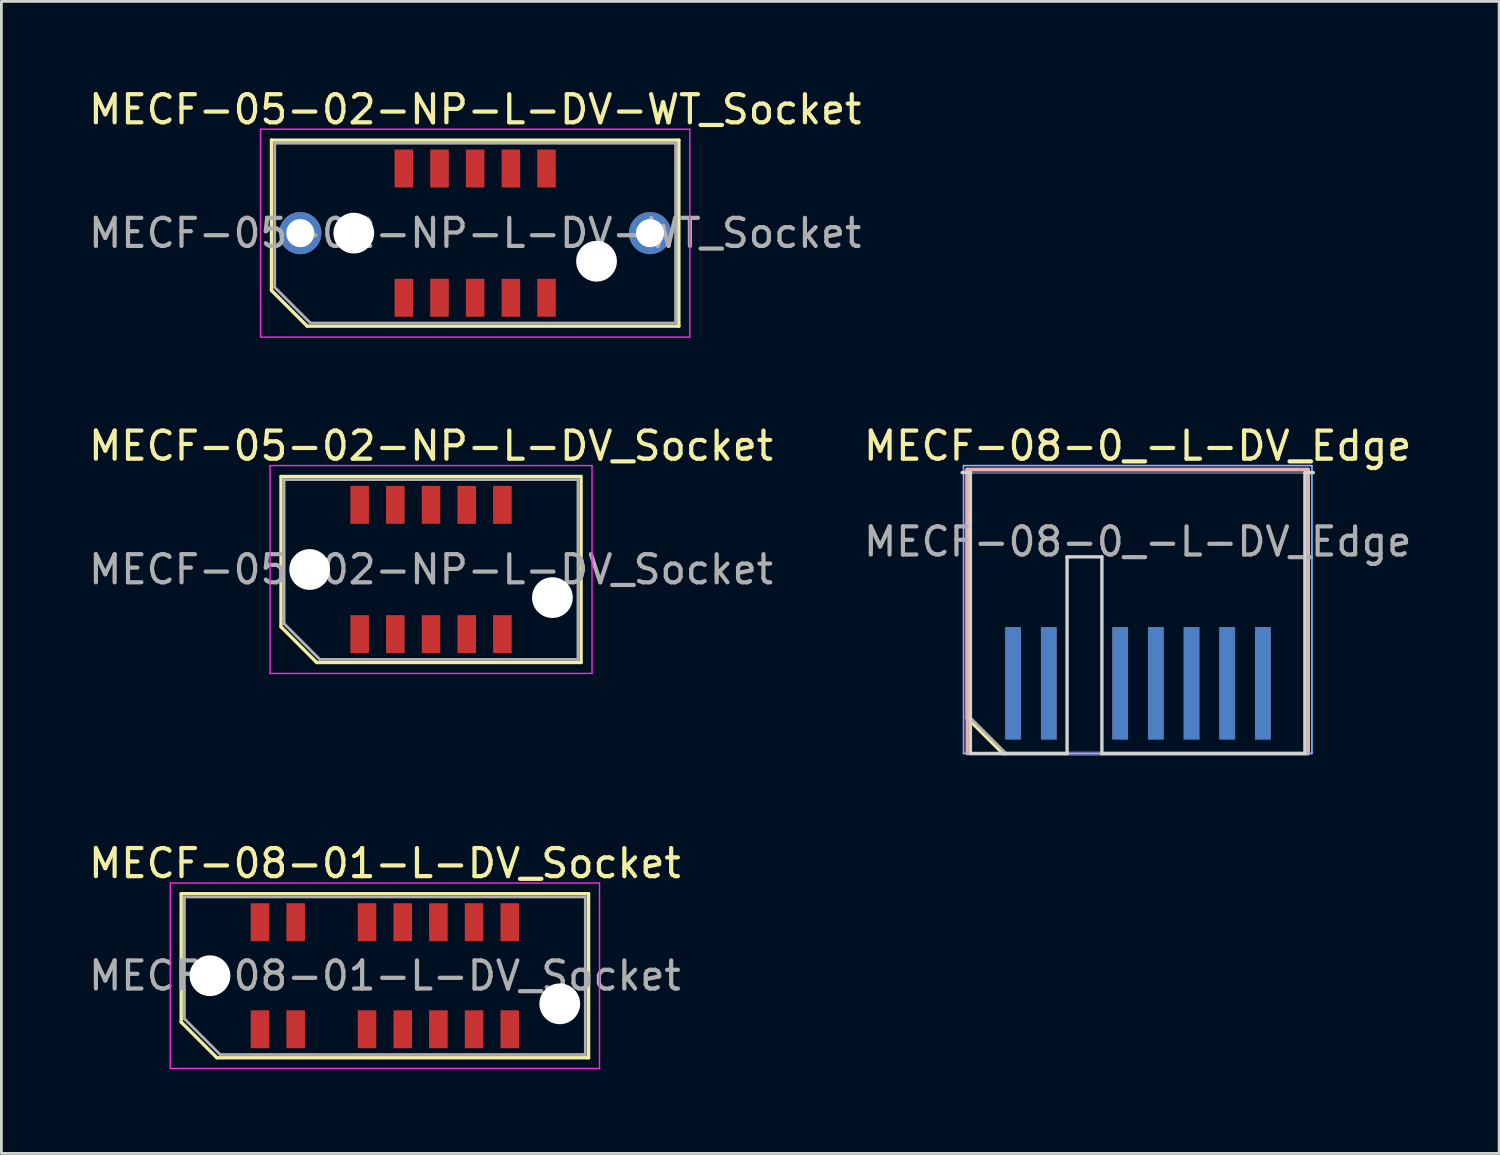
<source format=kicad_pcb>
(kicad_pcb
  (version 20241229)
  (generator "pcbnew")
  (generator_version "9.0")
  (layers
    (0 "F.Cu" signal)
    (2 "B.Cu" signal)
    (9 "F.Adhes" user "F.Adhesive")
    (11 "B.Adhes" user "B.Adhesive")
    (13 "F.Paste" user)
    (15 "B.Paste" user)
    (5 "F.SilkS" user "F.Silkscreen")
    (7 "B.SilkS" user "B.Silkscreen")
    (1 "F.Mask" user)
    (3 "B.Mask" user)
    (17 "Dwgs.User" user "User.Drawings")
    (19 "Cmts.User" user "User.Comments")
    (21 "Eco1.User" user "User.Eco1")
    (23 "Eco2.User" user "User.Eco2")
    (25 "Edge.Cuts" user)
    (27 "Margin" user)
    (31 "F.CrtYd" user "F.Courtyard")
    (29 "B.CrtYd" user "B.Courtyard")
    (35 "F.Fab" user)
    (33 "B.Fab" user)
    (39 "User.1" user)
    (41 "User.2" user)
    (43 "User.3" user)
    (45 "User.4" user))
  (footprint "MECF-08-0_-L-DV_Edge"
    (layer "F.Cu")
    (at 37.446 18.771)
    (property "Reference" "MECF-08-0_-L-DV_Edge" (at 0 -5.95 0) (layer "F.SilkS") (effects (font (size 1 1) (thickness 0.15))))
    (attr exclude_from_pos_files exclude_from_bom)
    (fp_line (start -6.07 -5.11) (end 6.07 -5.11) (stroke (width 0.12) (type solid)) (layer "F.SilkS"))
    (fp_line (start -6.07 3.73) (end -6.07 -5.11) (stroke (width 0.12) (type solid)) (layer "F.SilkS"))
    (fp_line (start -4.8 5) (end -6.07 3.73) (stroke (width 0.12) (type solid)) (layer "F.SilkS"))
    (fp_line (start -4.8 5) (end 6.07 5) (stroke (width 0.12) (type solid)) (layer "F.SilkS"))
    (fp_line (start 6.07 5) (end 6.07 -5.11) (stroke (width 0.12) (type solid)) (layer "F.SilkS"))
    (fp_line (start -6.07 -5.11) (end 6.07 -5.11) (stroke (width 0.12) (type solid)) (layer "B.SilkS"))
    (fp_line (start -6.07 5) (end -6.07 -5.11) (stroke (width 0.12) (type solid)) (layer "B.SilkS"))
    (fp_line (start -6.07 5) (end 6.07 5) (stroke (width 0.12) (type solid)) (layer "B.SilkS"))
    (fp_line (start 6.07 5) (end 6.07 -5.11) (stroke (width 0.12) (type solid)) (layer "B.SilkS"))
    (fp_line (start -6.25 -5) (end -5.955 -5) (stroke (width 0.12) (type solid)) (layer "Edge.Cuts"))
    (fp_line (start -5.955 5) (end -5.955 -5) (stroke (width 0.12) (type solid)) (layer "Edge.Cuts"))
    (fp_line (start -5.955 5) (end -2.515 5) (stroke (width 0.12) (type solid)) (layer "Edge.Cuts"))
    (fp_line (start -2.515 -2) (end -1.275 -2) (stroke (width 0.12) (type solid)) (layer "Edge.Cuts"))
    (fp_line (start -2.515 5) (end -2.515 -2) (stroke (width 0.12) (type solid)) (layer "Edge.Cuts"))
    (fp_line (start -1.275 5) (end -1.275 -2) (stroke (width 0.12) (type solid)) (layer "Edge.Cuts"))
    (fp_line (start -1.275 5) (end 5.955 5) (stroke (width 0.12) (type solid)) (layer "Edge.Cuts"))
    (fp_line (start 5.955 5) (end 5.955 -5) (stroke (width 0.12) (type solid)) (layer "Edge.Cuts"))
    (fp_line (start 6.25 -5) (end 5.955 -5) (stroke (width 0.12) (type solid)) (layer "Edge.Cuts"))
    (fp_line (start -6.2 -5.25) (end -6.2 5) (stroke (width 0.05) (type solid)) (layer "B.CrtYd"))
    (fp_line (start -6.2 5) (end 6.2 5) (stroke (width 0.05) (type solid)) (layer "B.CrtYd"))
    (fp_line (start 6.2 -5.25) (end -6.2 -5.25) (stroke (width 0.05) (type solid)) (layer "B.CrtYd"))
    (fp_line (start 6.2 5) (end 6.2 -5.25) (stroke (width 0.05) (type solid)) (layer "B.CrtYd"))
    (fp_line (start -6.2 -5.25) (end -6.2 5) (stroke (width 0.05) (type solid)) (layer "F.CrtYd"))
    (fp_line (start -6.2 5) (end 6.2 5) (stroke (width 0.05) (type solid)) (layer "F.CrtYd"))
    (fp_line (start 6.2 -5.25) (end -6.2 -5.25) (stroke (width 0.05) (type solid)) (layer "F.CrtYd"))
    (fp_line (start 6.2 5) (end 6.2 -5.25) (stroke (width 0.05) (type solid)) (layer "F.CrtYd"))
    (fp_line (start -5.955 -5) (end 5.955 -5) (stroke (width 0.1) (type solid)) (layer "B.Fab"))
    (fp_line (start -5.955 5) (end -5.955 -5) (stroke (width 0.1) (type solid)) (layer "B.Fab"))
    (fp_line (start -5.955 5) (end 5.955 5) (stroke (width 0.1) (type solid)) (layer "B.Fab"))
    (fp_line (start 5.955 5) (end 5.955 -5) (stroke (width 0.1) (type solid)) (layer "B.Fab"))
    (fp_line (start -5.955 -5) (end 5.955 -5) (stroke (width 0.1) (type solid)) (layer "F.Fab"))
    (fp_line (start -5.955 3.73) (end -5.955 -5) (stroke (width 0.1) (type solid)) (layer "F.Fab"))
    (fp_line (start -5.955 3.73) (end -4.685 5) (stroke (width 0.1) (type solid)) (layer "F.Fab"))
    (fp_line (start -4.685 5) (end 5.955 5) (stroke (width 0.1) (type solid)) (layer "F.Fab"))
    (fp_line (start 5.955 5) (end 5.955 -5) (stroke (width 0.1) (type solid)) (layer "F.Fab"))
    (fp_text user "${REFERENCE}" (at 0 -2.54 0) (layer "F.Fab") (effects (font (size 1 1) (thickness 0.15))))
    (pad "1" smd rect (at -4.435 2.5) (size 0.56 4) (layers "F.Cu" "F.Mask" "F.Paste"))
    (pad "2" smd rect (at -4.435 2.5) (size 0.56 4) (layers "B.Cu" "B.Mask" "B.Paste"))
    (pad "3" smd rect (at -3.165 2.5) (size 0.56 4) (layers "F.Cu" "F.Mask" "F.Paste"))
    (pad "4" smd rect (at -3.165 2.5) (size 0.56 4) (layers "B.Cu" "B.Mask" "B.Paste"))
    (pad "7" smd rect (at -0.625 2.5) (size 0.56 4) (layers "F.Cu" "F.Mask" "F.Paste"))
    (pad "8" smd rect (at -0.625 2.5) (size 0.56 4) (layers "B.Cu" "B.Mask" "B.Paste"))
    (pad "9" smd rect (at 0.645 2.5) (size 0.56 4) (layers "F.Cu" "F.Mask" "F.Paste"))
    (pad "10" smd rect (at 0.645 2.5) (size 0.56 4) (layers "B.Cu" "B.Mask" "B.Paste"))
    (pad "11" smd rect (at 1.915 2.5) (size 0.56 4) (layers "F.Cu" "F.Mask" "F.Paste"))
    (pad "12" smd rect (at 1.915 2.5) (size 0.56 4) (layers "B.Cu" "B.Mask" "B.Paste"))
    (pad "13" smd rect (at 3.185 2.5) (size 0.56 4) (layers "F.Cu" "F.Mask" "F.Paste"))
    (pad "14" smd rect (at 3.185 2.5) (size 0.56 4) (layers "B.Cu" "B.Mask" "B.Paste"))
    (pad "15" smd rect (at 4.455 2.5) (size 0.56 4) (layers "F.Cu" "F.Mask" "F.Paste"))
    (pad "16" smd rect (at 4.455 2.5) (size 0.56 4) (layers "B.Cu" "B.Mask" "B.Paste")))
  (footprint "MECF-05-02-NP-L-DV_Socket"
    (layer "F.Cu")
    (at 12.292 17.221)
    (property "Reference" "MECF-05-02-NP-L-DV_Socket" (at 0 -4.4 0) (layer "F.SilkS") (effects (font (size 1 1) (thickness 0.15))))
    (attr smd)
    (fp_line (start -5.34 -3.31) (end 5.34 -3.31) (stroke (width 0.12) (type solid)) (layer "F.SilkS"))
    (fp_line (start -5.34 2.04) (end -5.34 -3.31) (stroke (width 0.12) (type solid)) (layer "F.SilkS"))
    (fp_line (start -4.07 3.31) (end -5.34 2.04) (stroke (width 0.12) (type solid)) (layer "F.SilkS"))
    (fp_line (start -4.07 3.31) (end 5.34 3.31) (stroke (width 0.12) (type solid)) (layer "F.SilkS"))
    (fp_line (start 5.34 3.31) (end 5.34 -3.31) (stroke (width 0.12) (type solid)) (layer "F.SilkS"))
    (fp_line (start -5.73 -3.7) (end -5.73 3.7) (stroke (width 0.05) (type solid)) (layer "F.CrtYd"))
    (fp_line (start -5.73 3.7) (end 5.73 3.7) (stroke (width 0.05) (type solid)) (layer "F.CrtYd"))
    (fp_line (start 5.73 -3.7) (end -5.73 -3.7) (stroke (width 0.05) (type solid)) (layer "F.CrtYd"))
    (fp_line (start 5.73 3.7) (end 5.73 -3.7) (stroke (width 0.05) (type solid)) (layer "F.CrtYd"))
    (fp_line (start -5.23 -3.2) (end 5.23 -3.2) (stroke (width 0.1) (type solid)) (layer "F.Fab"))
    (fp_line (start -5.23 1.93) (end -5.23 -3.2) (stroke (width 0.1) (type solid)) (layer "F.Fab"))
    (fp_line (start -5.23 1.93) (end -3.96 3.2) (stroke (width 0.1) (type solid)) (layer "F.Fab"))
    (fp_line (start -3.96 3.2) (end 5.23 3.2) (stroke (width 0.1) (type solid)) (layer "F.Fab"))
    (fp_line (start 5.23 3.2) (end 5.23 -3.2) (stroke (width 0.1) (type solid)) (layer "F.Fab"))
    (fp_text user "${REFERENCE}" (at 0 0 0) (layer "F.Fab") (effects (font (size 1 1) (thickness 0.15))))
    (pad "" np_thru_hole circle (at -4.32 0) (size 1.45 1.45) (drill 1.45) (layers "*.Cu" "*.Mask"))
    (pad "" np_thru_hole circle (at 4.32 1) (size 1.45 1.45) (drill 1.45) (layers "*.Cu" "*.Mask"))
    (pad "1" smd rect (at -2.54 2.3) (size 0.66 1.35) (layers "F.Cu" "F.Mask" "F.Paste"))
    (pad "2" smd rect (at -2.54 -2.3) (size 0.66 1.35) (layers "F.Cu" "F.Mask" "F.Paste"))
    (pad "3" smd rect (at -1.27 2.3) (size 0.66 1.35) (layers "F.Cu" "F.Mask" "F.Paste"))
    (pad "4" smd rect (at -1.27 -2.3) (size 0.66 1.35) (layers "F.Cu" "F.Mask" "F.Paste"))
    (pad "5" smd rect (at 0 2.3) (size 0.66 1.35) (layers "F.Cu" "F.Mask" "F.Paste"))
    (pad "6" smd rect (at 0 -2.3) (size 0.66 1.35) (layers "F.Cu" "F.Mask" "F.Paste"))
    (pad "7" smd rect (at 1.27 2.3) (size 0.66 1.35) (layers "F.Cu" "F.Mask" "F.Paste"))
    (pad "8" smd rect (at 1.27 -2.3) (size 0.66 1.35) (layers "F.Cu" "F.Mask" "F.Paste"))
    (pad "9" smd rect (at 2.54 2.3) (size 0.66 1.35) (layers "F.Cu" "F.Mask" "F.Paste"))
    (pad "10" smd rect (at 2.54 -2.3) (size 0.66 1.35) (layers "F.Cu" "F.Mask" "F.Paste")))
  (footprint "MECF-08-01-L-DV_Socket"
    (layer "F.Cu")
    (at 10.649 31.68)
    (property "Reference" "MECF-08-01-L-DV_Socket" (at 0 -4 0) (layer "F.SilkS") (effects (font (size 1 1) (thickness 0.15))))
    (attr smd)
    (fp_line (start -7.25 -2.92) (end 7.25 -2.92) (stroke (width 0.12) (type solid)) (layer "F.SilkS"))
    (fp_line (start -7.25 1.65) (end -7.25 -2.92) (stroke (width 0.12) (type solid)) (layer "F.SilkS"))
    (fp_line (start -5.98 2.92) (end -7.25 1.65) (stroke (width 0.12) (type solid)) (layer "F.SilkS"))
    (fp_line (start -5.98 2.92) (end 7.25 2.92) (stroke (width 0.12) (type solid)) (layer "F.SilkS"))
    (fp_line (start 7.25 2.92) (end 7.25 -2.92) (stroke (width 0.12) (type solid)) (layer "F.SilkS"))
    (fp_line (start -7.64 -3.3) (end -7.64 3.3) (stroke (width 0.05) (type solid)) (layer "F.CrtYd"))
    (fp_line (start -7.64 3.3) (end 7.64 3.3) (stroke (width 0.05) (type solid)) (layer "F.CrtYd"))
    (fp_line (start 7.64 -3.3) (end -7.64 -3.3) (stroke (width 0.05) (type solid)) (layer "F.CrtYd"))
    (fp_line (start 7.64 3.3) (end 7.64 -3.3) (stroke (width 0.05) (type solid)) (layer "F.CrtYd"))
    (fp_line (start -7.135 -2.805) (end 7.135 -2.805) (stroke (width 0.1) (type solid)) (layer "F.Fab"))
    (fp_line (start -7.135 1.535) (end -7.135 -2.805) (stroke (width 0.1) (type solid)) (layer "F.Fab"))
    (fp_line (start -7.135 1.535) (end -5.865 2.805) (stroke (width 0.1) (type solid)) (layer "F.Fab"))
    (fp_line (start -5.865 2.805) (end 7.135 2.805) (stroke (width 0.1) (type solid)) (layer "F.Fab"))
    (fp_line (start 7.135 2.805) (end 7.135 -2.805) (stroke (width 0.1) (type solid)) (layer "F.Fab"))
    (fp_text user "${REFERENCE}" (at 0 0 0) (layer "F.Fab") (effects (font (size 1 1) (thickness 0.15))))
    (pad "" np_thru_hole circle (at -6.225 0) (size 1.45 1.45) (drill 1.45) (layers "*.Cu" "*.Mask"))
    (pad "" np_thru_hole circle (at 6.225 1) (size 1.45 1.45) (drill 1.45) (layers "*.Cu" "*.Mask"))
    (pad "1" smd rect (at -4.445 1.905) (size 0.66 1.35) (layers "F.Cu" "F.Mask" "F.Paste"))
    (pad "2" smd rect (at -4.445 -1.905) (size 0.66 1.35) (layers "F.Cu" "F.Mask" "F.Paste"))
    (pad "3" smd rect (at -3.175 1.905) (size 0.66 1.35) (layers "F.Cu" "F.Mask" "F.Paste"))
    (pad "4" smd rect (at -3.175 -1.905) (size 0.66 1.35) (layers "F.Cu" "F.Mask" "F.Paste"))
    (pad "7" smd rect (at -0.635 1.905) (size 0.66 1.35) (layers "F.Cu" "F.Mask" "F.Paste"))
    (pad "8" smd rect (at -0.635 -1.905) (size 0.66 1.35) (layers "F.Cu" "F.Mask" "F.Paste"))
    (pad "9" smd rect (at 0.635 1.905) (size 0.66 1.35) (layers "F.Cu" "F.Mask" "F.Paste"))
    (pad "10" smd rect (at 0.635 -1.905) (size 0.66 1.35) (layers "F.Cu" "F.Mask" "F.Paste"))
    (pad "11" smd rect (at 1.905 1.905) (size 0.66 1.35) (layers "F.Cu" "F.Mask" "F.Paste"))
    (pad "12" smd rect (at 1.905 -1.905) (size 0.66 1.35) (layers "F.Cu" "F.Mask" "F.Paste"))
    (pad "13" smd rect (at 3.175 1.905) (size 0.66 1.35) (layers "F.Cu" "F.Mask" "F.Paste"))
    (pad "14" smd rect (at 3.175 -1.905) (size 0.66 1.35) (layers "F.Cu" "F.Mask" "F.Paste"))
    (pad "15" smd rect (at 4.445 1.905) (size 0.66 1.35) (layers "F.Cu" "F.Mask" "F.Paste"))
    (pad "16" smd rect (at 4.445 -1.905) (size 0.66 1.35) (layers "F.Cu" "F.Mask" "F.Paste")))
  (footprint "MECF-05-02-NP-L-DV-WT_Socket"
    (layer "F.Cu")
    (at 13.863 5.248)
    (property "Reference" "MECF-05-02-NP-L-DV-WT_Socket" (at 0 -4.4 0) (layer "F.SilkS") (effects (font (size 1 1) (thickness 0.15))))
    (attr smd)
    (fp_line (start -7.25 -3.31) (end 7.25 -3.31) (stroke (width 0.12) (type solid)) (layer "F.SilkS"))
    (fp_line (start -7.25 2.04) (end -7.25 -3.31) (stroke (width 0.12) (type solid)) (layer "F.SilkS"))
    (fp_line (start -5.98 3.31) (end -7.25 2.04) (stroke (width 0.12) (type solid)) (layer "F.SilkS"))
    (fp_line (start -5.98 3.31) (end 7.25 3.31) (stroke (width 0.12) (type solid)) (layer "F.SilkS"))
    (fp_line (start 7.25 3.31) (end 7.25 -3.31) (stroke (width 0.12) (type solid)) (layer "F.SilkS"))
    (fp_line (start -7.64 -3.7) (end -7.64 3.7) (stroke (width 0.05) (type solid)) (layer "F.CrtYd"))
    (fp_line (start -7.64 3.7) (end 7.64 3.7) (stroke (width 0.05) (type solid)) (layer "F.CrtYd"))
    (fp_line (start 7.64 -3.7) (end -7.64 -3.7) (stroke (width 0.05) (type solid)) (layer "F.CrtYd"))
    (fp_line (start 7.64 3.7) (end 7.64 -3.7) (stroke (width 0.05) (type solid)) (layer "F.CrtYd"))
    (fp_line (start -7.135 -3.2) (end 7.135 -3.2) (stroke (width 0.1) (type solid)) (layer "F.Fab"))
    (fp_line (start -7.135 1.93) (end -7.135 -3.2) (stroke (width 0.1) (type solid)) (layer "F.Fab"))
    (fp_line (start -7.135 1.93) (end -5.865 3.2) (stroke (width 0.1) (type solid)) (layer "F.Fab"))
    (fp_line (start -5.865 3.2) (end 7.135 3.2) (stroke (width 0.1) (type solid)) (layer "F.Fab"))
    (fp_line (start 7.135 3.2) (end 7.135 -3.2) (stroke (width 0.1) (type solid)) (layer "F.Fab"))
    (fp_text user "${REFERENCE}" (at 0 0 0) (layer "F.Fab") (effects (font (size 1 1) (thickness 0.15))))
    (pad "" thru_hole circle (at -6.225 0) (size 1.5 1.5) (drill 1) (layers "*.Cu" "*.Mask"))
    (pad "" np_thru_hole circle (at -4.32 0) (size 1.45 1.45) (drill 1.45) (layers "*.Cu" "*.Mask"))
    (pad "" np_thru_hole circle (at 4.32 1) (size 1.45 1.45) (drill 1.45) (layers "*.Cu" "*.Mask"))
    (pad "" thru_hole circle (at 6.225 0) (size 1.5 1.5) (drill 1) (layers "*.Cu" "*.Mask"))
    (pad "1" smd rect (at -2.54 2.3) (size 0.66 1.35) (layers "F.Cu" "F.Mask" "F.Paste"))
    (pad "2" smd rect (at -2.54 -2.3) (size 0.66 1.35) (layers "F.Cu" "F.Mask" "F.Paste"))
    (pad "3" smd rect (at -1.27 2.3) (size 0.66 1.35) (layers "F.Cu" "F.Mask" "F.Paste"))
    (pad "4" smd rect (at -1.27 -2.3) (size 0.66 1.35) (layers "F.Cu" "F.Mask" "F.Paste"))
    (pad "5" smd rect (at 0 2.3) (size 0.66 1.35) (layers "F.Cu" "F.Mask" "F.Paste"))
    (pad "6" smd rect (at 0 -2.3) (size 0.66 1.35) (layers "F.Cu" "F.Mask" "F.Paste"))
    (pad "7" smd rect (at 1.27 2.3) (size 0.66 1.35) (layers "F.Cu" "F.Mask" "F.Paste"))
    (pad "8" smd rect (at 1.27 -2.3) (size 0.66 1.35) (layers "F.Cu" "F.Mask" "F.Paste"))
    (pad "9" smd rect (at 2.54 2.3) (size 0.66 1.35) (layers "F.Cu" "F.Mask" "F.Paste"))
    (pad "10" smd rect (at 2.54 -2.3) (size 0.66 1.35) (layers "F.Cu" "F.Mask" "F.Paste")))
  (gr_rect
    (start -3 -3)
    (end 50.31 38.005)
    (stroke (width 0.1) (type default))
    (fill no)
    (layer "Edge.Cuts")))
</source>
